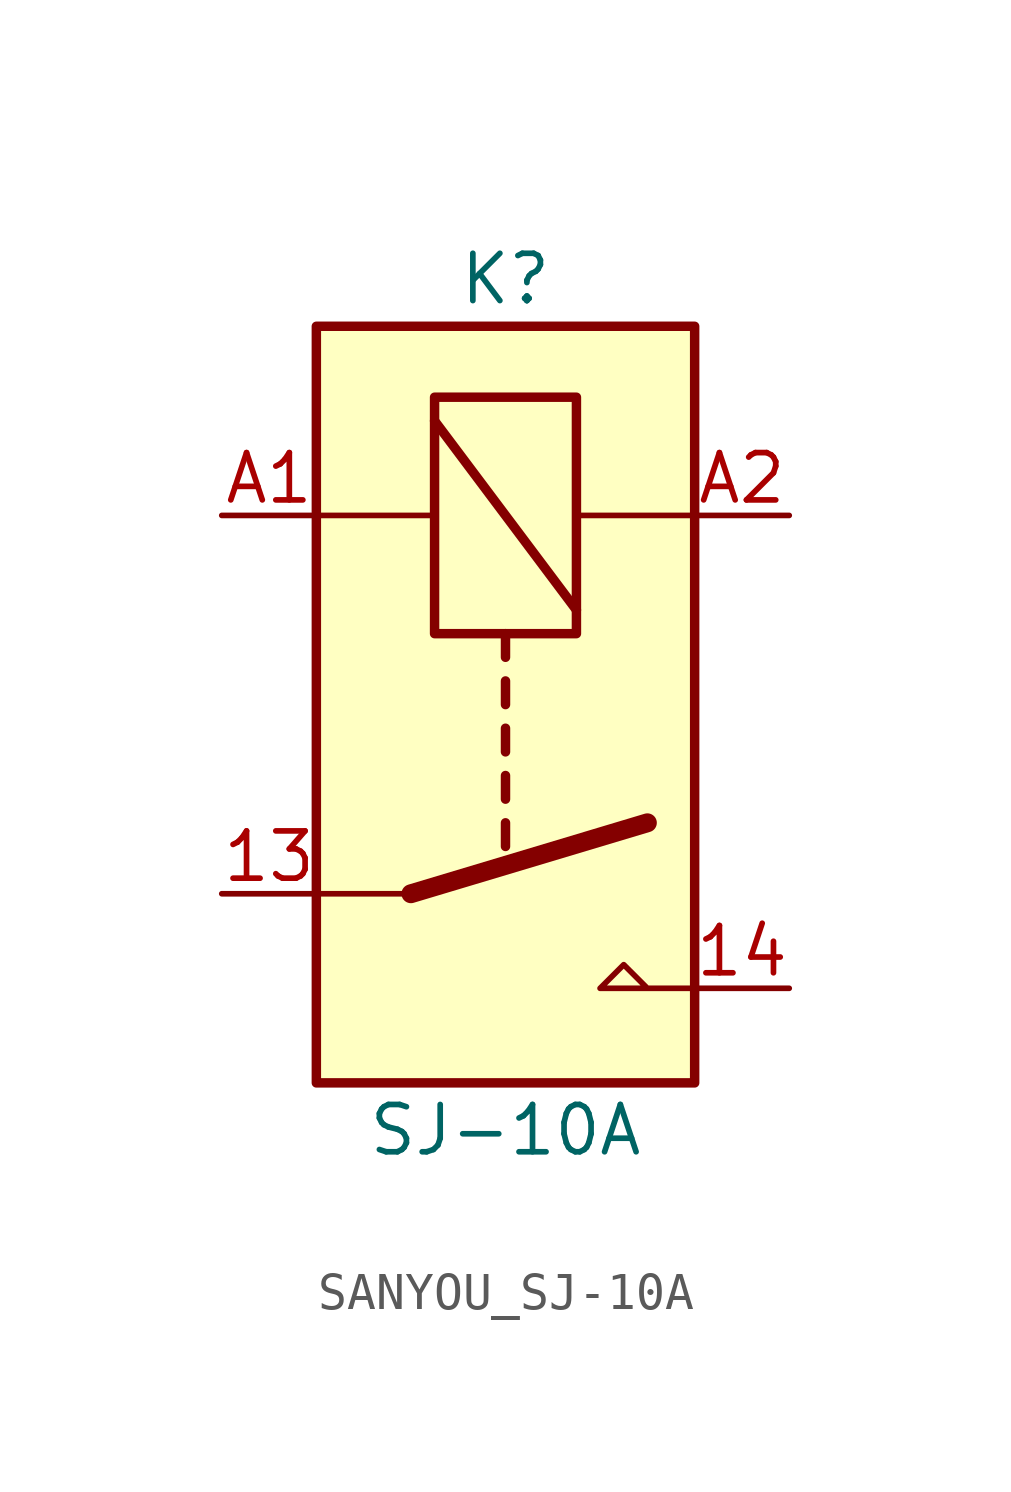
<source format=kicad_sym>
(kicad_symbol_lib
  (version 20231120)
  (generator "kicad_symbol_editor")
  (generator_version "8.0")
  (symbol "SANYOU_SJ-10A"
    (property "Reference" "K"
      (at 5.08 1.27 0)
      (effects (font (size 1.27 1.27))))
    (property "Value" "SJ-10A"
      (at 5.08 -21.59 0)
      (effects (font (size 1.27 1.27))))
    (symbol "SANYOU_SJ-10A_0_0"
      (polyline (pts (xy 10.16 -17.78) (xy 7.62 -17.78) (xy 8.255 -17.145) (xy 8.89 -17.78)) (stroke (width 0) (type default)) (fill (type none))))
    (symbol "SANYOU_SJ-10A_0_1"
      (polyline (pts (xy 0 -5.08) (xy 3.175 -5.08)) (stroke (width 0) (type default)) (fill (type none)))
      (polyline (pts (xy 2.54 -15.24) (xy 0 -15.24)) (stroke (width 0) (type default)) (fill (type none)))
      (polyline (pts (xy 2.54 -15.24) (xy 8.89 -13.335)) (stroke (width 0.508) (type default)) (fill (type none)))
      (polyline (pts (xy 3.175 -2.54) (xy 6.985 -7.62)) (stroke (width 0.254) (type default)) (fill (type none)))
      (polyline (pts (xy 5.08 -13.335) (xy 5.08 -13.97)) (stroke (width 0.254) (type default)) (fill (type none)))
      (polyline (pts (xy 5.08 -12.065) (xy 5.08 -12.7)) (stroke (width 0.254) (type default)) (fill (type none)))
      (polyline (pts (xy 5.08 -10.795) (xy 5.08 -11.43)) (stroke (width 0.254) (type default)) (fill (type none)))
      (polyline (pts (xy 5.08 -9.525) (xy 5.08 -10.16)) (stroke (width 0.254) (type default)) (fill (type none)))
      (polyline (pts (xy 5.08 -8.255) (xy 5.08 -8.89)) (stroke (width 0.254) (type default)) (fill (type none)))
      (polyline (pts (xy 10.16 -5.08) (xy 6.985 -5.08)) (stroke (width 0) (type default)) (fill (type none)))
      (rectangle (start 0 0) (end 10.16 -20.32) (stroke (width 0.254) (type default)) (fill (type background)))
      (rectangle (start 6.985 -1.905) (end 3.175 -8.255) (stroke (width 0.254) (type default)) (fill (type none))))
    (symbol "SANYOU_SJ-10A_1_1"
      (pin passive line (at -2.54 -15.24 0) (length 2.54) (name "~" (effects (font (size 1.27 1.27)))) (number "13" (effects (font (size 1.27 1.27)))))
      (pin passive line (at 12.7 -17.78 180) (length 2.54) (name "~" (effects (font (size 1.27 1.27)))) (number "14" (effects (font (size 1.27 1.27)))))
      (pin passive line (at -2.54 -5.08 0) (length 2.54) (name "~" (effects (font (size 1.27 1.27)))) (number "A1" (effects (font (size 1.27 1.27)))))
      (pin passive line (at 12.7 -5.08 180) (length 2.54) (name "~" (effects (font (size 1.27 1.27)))) (number "A2" (effects (font (size 1.27 1.27))))))))
</source>
